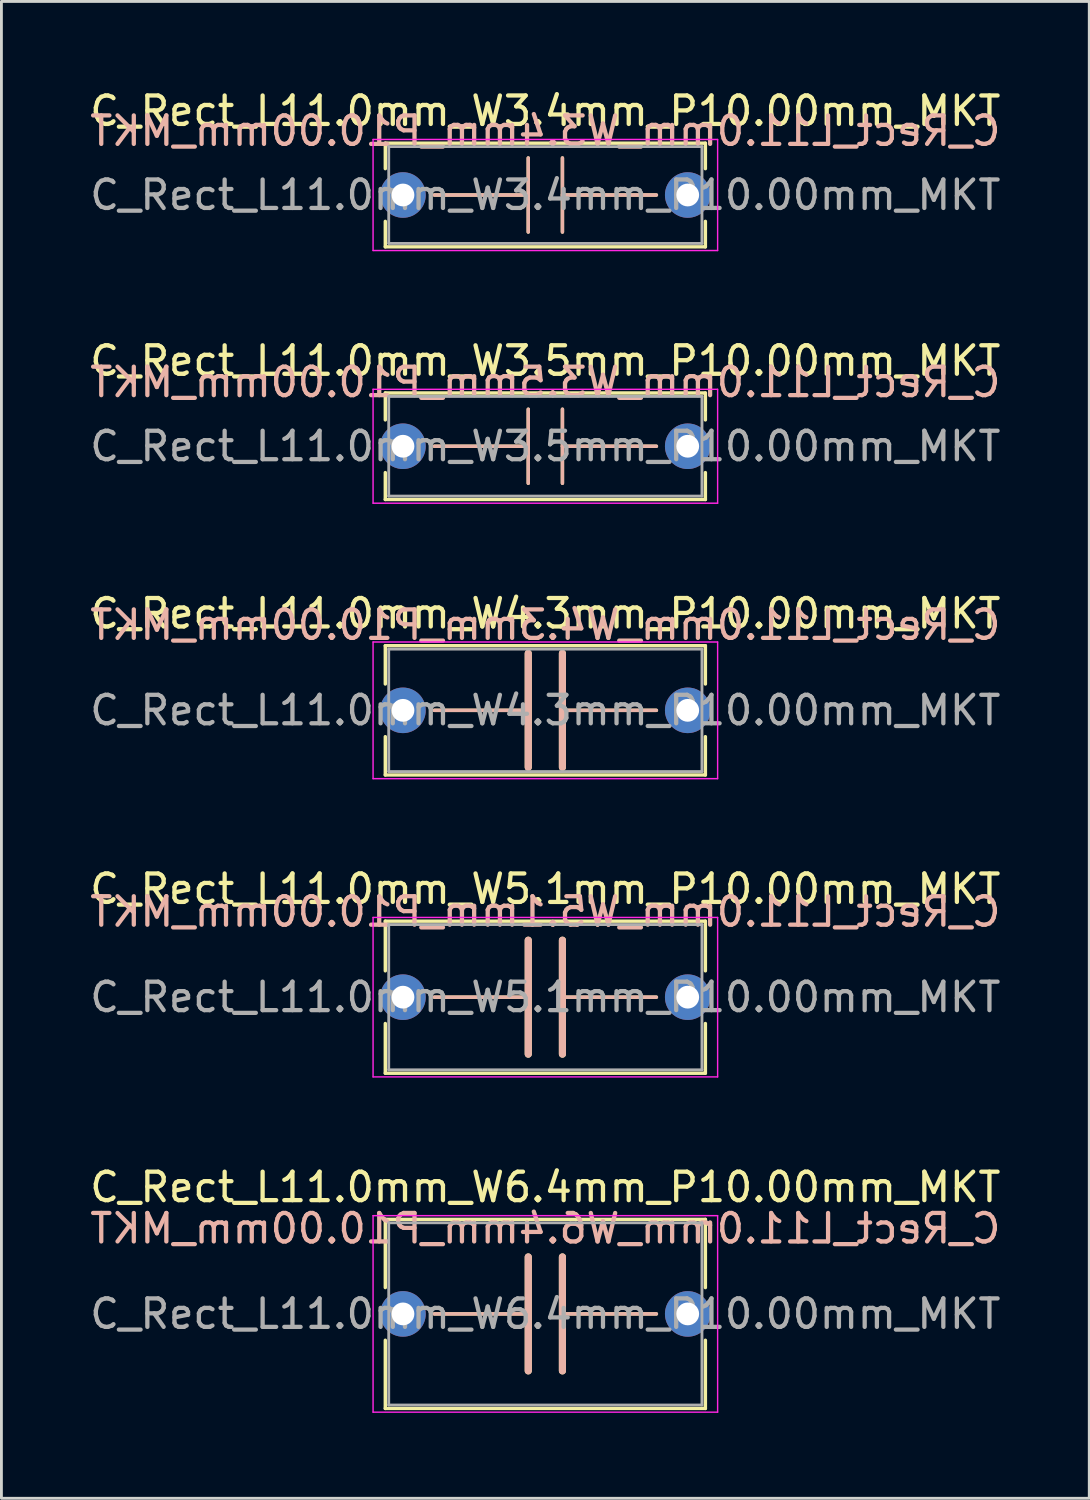
<source format=kicad_pcb>
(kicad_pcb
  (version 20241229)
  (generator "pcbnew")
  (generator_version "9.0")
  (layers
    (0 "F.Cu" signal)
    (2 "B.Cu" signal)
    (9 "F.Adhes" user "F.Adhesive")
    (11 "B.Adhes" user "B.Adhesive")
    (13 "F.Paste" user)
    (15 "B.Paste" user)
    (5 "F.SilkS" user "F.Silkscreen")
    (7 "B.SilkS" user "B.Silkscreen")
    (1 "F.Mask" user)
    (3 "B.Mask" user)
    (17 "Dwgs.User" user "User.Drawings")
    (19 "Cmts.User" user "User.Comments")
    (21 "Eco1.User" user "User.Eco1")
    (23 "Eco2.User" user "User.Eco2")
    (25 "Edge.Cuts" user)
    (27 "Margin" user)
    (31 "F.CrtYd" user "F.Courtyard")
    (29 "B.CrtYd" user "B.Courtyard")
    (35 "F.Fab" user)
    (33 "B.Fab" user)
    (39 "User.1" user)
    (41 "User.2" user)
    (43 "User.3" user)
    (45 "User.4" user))
  (footprint "C_Rect_L11.0mm_W6.4mm_P10.00mm_MKT"
    (layer "F.Cu")
    (at 11.101 43.091)
    (property "Reference" "C_Rect_L11.0mm_W6.4mm_P10.00mm_MKT" (at 5 -4.45 0) (layer "F.SilkS") (effects (font (size 1 1) (thickness 0.15))))
    (fp_line (start -0.62 -3.32) (end -0.62 -0.925) (stroke (width 0.12) (type solid)) (layer "F.SilkS"))
    (fp_line (start -0.62 -3.32) (end 10.62 -3.32) (stroke (width 0.12) (type solid)) (layer "F.SilkS"))
    (fp_line (start -0.62 0.925) (end -0.62 3.32) (stroke (width 0.12) (type solid)) (layer "F.SilkS"))
    (fp_line (start -0.62 3.32) (end 10.62 3.32) (stroke (width 0.12) (type solid)) (layer "F.SilkS"))
    (fp_line (start 1.1 0) (end 4.4 0) (stroke (width 0.12) (type solid)) (layer "F.SilkS"))
    (fp_line (start 4.4 2) (end 4.4 -2) (stroke (width 0.25) (type solid)) (layer "F.SilkS"))
    (fp_line (start 5.6 2) (end 5.6 -2) (stroke (width 0.25) (type solid)) (layer "F.SilkS"))
    (fp_line (start 8.9 0) (end 5.6 0) (stroke (width 0.12) (type solid)) (layer "F.SilkS"))
    (fp_line (start 10.62 -3.32) (end 10.62 -0.925) (stroke (width 0.12) (type solid)) (layer "F.SilkS"))
    (fp_line (start 10.62 0.925) (end 10.62 3.32) (stroke (width 0.12) (type solid)) (layer "F.SilkS"))
    (fp_line (start 1.1 0) (end 4.4 0) (stroke (width 0.12) (type solid)) (layer "B.SilkS"))
    (fp_line (start 4.4 -2) (end 4.4 2) (stroke (width 0.25) (type solid)) (layer "B.SilkS"))
    (fp_line (start 5.6 -2) (end 5.6 2) (stroke (width 0.25) (type solid)) (layer "B.SilkS"))
    (fp_line (start 8.9 0) (end 5.6 0) (stroke (width 0.12) (type solid)) (layer "B.SilkS"))
    (fp_line (start -1.05 -3.45) (end -1.05 3.45) (stroke (width 0.05) (type solid)) (layer "F.CrtYd"))
    (fp_line (start -1.05 3.45) (end 11.05 3.45) (stroke (width 0.05) (type solid)) (layer "F.CrtYd"))
    (fp_line (start 11.05 -3.45) (end -1.05 -3.45) (stroke (width 0.05) (type solid)) (layer "F.CrtYd"))
    (fp_line (start 11.05 3.45) (end 11.05 -3.45) (stroke (width 0.05) (type solid)) (layer "F.CrtYd"))
    (fp_line (start -0.5 -3.2) (end -0.5 3.2) (stroke (width 0.1) (type solid)) (layer "F.Fab"))
    (fp_line (start -0.5 3.2) (end 10.5 3.2) (stroke (width 0.1) (type solid)) (layer "F.Fab"))
    (fp_line (start 10.5 -3.2) (end -0.5 -3.2) (stroke (width 0.1) (type solid)) (layer "F.Fab"))
    (fp_line (start 10.5 3.2) (end 10.5 -3.2) (stroke (width 0.1) (type solid)) (layer "F.Fab"))
    (fp_text user "${REFERENCE}" (at 5 -3 0) (layer "B.SilkS") (effects (font (size 1 1) (thickness 0.15)) (justify mirror)))
    (fp_text user "${REFERENCE}" (at 5 0 0) (layer "F.Fab") (effects (font (size 1 1) (thickness 0.15))))
    (pad "1" thru_hole circle (at 0 0) (size 1.6 1.6) (drill 0.8) (layers "*.Cu" "*.Mask"))
    (pad "2" thru_hole circle (at 10 0) (size 1.6 1.6) (drill 0.8) (layers "*.Cu" "*.Mask")))
  (footprint "C_Rect_L11.0mm_W5.1mm_P10.00mm_MKT"
    (layer "F.Cu")
    (at 11.101 31.968)
    (property "Reference" "C_Rect_L11.0mm_W5.1mm_P10.00mm_MKT" (at 5 -3.8 0) (layer "F.SilkS") (effects (font (size 1 1) (thickness 0.15))))
    (fp_line (start -0.62 -2.67) (end -0.62 -0.925) (stroke (width 0.12) (type solid)) (layer "F.SilkS"))
    (fp_line (start -0.62 -2.67) (end 10.62 -2.67) (stroke (width 0.12) (type solid)) (layer "F.SilkS"))
    (fp_line (start -0.62 0.925) (end -0.62 2.67) (stroke (width 0.12) (type solid)) (layer "F.SilkS"))
    (fp_line (start -0.62 2.67) (end 10.62 2.67) (stroke (width 0.12) (type solid)) (layer "F.SilkS"))
    (fp_line (start 1.1 0) (end 4.4 0) (stroke (width 0.12) (type solid)) (layer "F.SilkS"))
    (fp_line (start 4.4 2) (end 4.4 -2) (stroke (width 0.25) (type solid)) (layer "F.SilkS"))
    (fp_line (start 5.6 2) (end 5.6 -2) (stroke (width 0.25) (type solid)) (layer "F.SilkS"))
    (fp_line (start 8.9 0) (end 5.6 0) (stroke (width 0.12) (type solid)) (layer "F.SilkS"))
    (fp_line (start 10.62 -2.67) (end 10.62 -0.925) (stroke (width 0.12) (type solid)) (layer "F.SilkS"))
    (fp_line (start 10.62 0.925) (end 10.62 2.67) (stroke (width 0.12) (type solid)) (layer "F.SilkS"))
    (fp_line (start 1.1 0) (end 4.4 0) (stroke (width 0.12) (type solid)) (layer "B.SilkS"))
    (fp_line (start 4.4 -2) (end 4.4 2) (stroke (width 0.25) (type solid)) (layer "B.SilkS"))
    (fp_line (start 5.6 -2) (end 5.6 2) (stroke (width 0.25) (type solid)) (layer "B.SilkS"))
    (fp_line (start 8.9 0) (end 5.6 0) (stroke (width 0.12) (type solid)) (layer "B.SilkS"))
    (fp_line (start -1.05 -2.8) (end -1.05 2.8) (stroke (width 0.05) (type solid)) (layer "F.CrtYd"))
    (fp_line (start -1.05 2.8) (end 11.05 2.8) (stroke (width 0.05) (type solid)) (layer "F.CrtYd"))
    (fp_line (start 11.05 -2.8) (end -1.05 -2.8) (stroke (width 0.05) (type solid)) (layer "F.CrtYd"))
    (fp_line (start 11.05 2.8) (end 11.05 -2.8) (stroke (width 0.05) (type solid)) (layer "F.CrtYd"))
    (fp_line (start -0.5 -2.55) (end -0.5 2.55) (stroke (width 0.1) (type solid)) (layer "F.Fab"))
    (fp_line (start -0.5 2.55) (end 10.5 2.55) (stroke (width 0.1) (type solid)) (layer "F.Fab"))
    (fp_line (start 10.5 -2.55) (end -0.5 -2.55) (stroke (width 0.1) (type solid)) (layer "F.Fab"))
    (fp_line (start 10.5 2.55) (end 10.5 -2.55) (stroke (width 0.1) (type solid)) (layer "F.Fab"))
    (fp_text user "${REFERENCE}" (at 5 -3 0) (layer "B.SilkS") (effects (font (size 1 1) (thickness 0.15)) (justify mirror)))
    (fp_text user "${REFERENCE}" (at 5 0 0) (layer "F.Fab") (effects (font (size 1 1) (thickness 0.15))))
    (pad "1" thru_hole circle (at 0 0) (size 1.6 1.6) (drill 0.8) (layers "*.Cu" "*.Mask"))
    (pad "2" thru_hole circle (at 10 0) (size 1.6 1.6) (drill 0.8) (layers "*.Cu" "*.Mask")))
  (footprint "C_Rect_L11.0mm_W4.3mm_P10.00mm_MKT"
    (layer "F.Cu")
    (at 11.101 21.895)
    (property "Reference" "C_Rect_L11.0mm_W4.3mm_P10.00mm_MKT" (at 5 -3.4 0) (layer "F.SilkS") (effects (font (size 1 1) (thickness 0.15))))
    (fp_line (start -0.62 -2.27) (end -0.62 -0.925) (stroke (width 0.12) (type solid)) (layer "F.SilkS"))
    (fp_line (start -0.62 -2.27) (end 10.62 -2.27) (stroke (width 0.12) (type solid)) (layer "F.SilkS"))
    (fp_line (start -0.62 0.925) (end -0.62 2.27) (stroke (width 0.12) (type solid)) (layer "F.SilkS"))
    (fp_line (start -0.62 2.27) (end 10.62 2.27) (stroke (width 0.12) (type solid)) (layer "F.SilkS"))
    (fp_line (start 1.1 0) (end 4.4 0) (stroke (width 0.12) (type solid)) (layer "F.SilkS"))
    (fp_line (start 4.4 2) (end 4.4 -2) (stroke (width 0.25) (type solid)) (layer "F.SilkS"))
    (fp_line (start 5.6 2) (end 5.6 -2) (stroke (width 0.25) (type solid)) (layer "F.SilkS"))
    (fp_line (start 8.9 0) (end 5.6 0) (stroke (width 0.12) (type solid)) (layer "F.SilkS"))
    (fp_line (start 10.62 -2.27) (end 10.62 -0.925) (stroke (width 0.12) (type solid)) (layer "F.SilkS"))
    (fp_line (start 10.62 0.925) (end 10.62 2.27) (stroke (width 0.12) (type solid)) (layer "F.SilkS"))
    (fp_line (start 1.1 0) (end 4.4 0) (stroke (width 0.12) (type solid)) (layer "B.SilkS"))
    (fp_line (start 4.4 -2) (end 4.4 2) (stroke (width 0.25) (type solid)) (layer "B.SilkS"))
    (fp_line (start 5.6 -2) (end 5.6 2) (stroke (width 0.25) (type solid)) (layer "B.SilkS"))
    (fp_line (start 8.9 0) (end 5.6 0) (stroke (width 0.12) (type solid)) (layer "B.SilkS"))
    (fp_line (start -1.05 -2.4) (end -1.05 2.4) (stroke (width 0.05) (type solid)) (layer "F.CrtYd"))
    (fp_line (start -1.05 2.4) (end 11.05 2.4) (stroke (width 0.05) (type solid)) (layer "F.CrtYd"))
    (fp_line (start 11.05 -2.4) (end -1.05 -2.4) (stroke (width 0.05) (type solid)) (layer "F.CrtYd"))
    (fp_line (start 11.05 2.4) (end 11.05 -2.4) (stroke (width 0.05) (type solid)) (layer "F.CrtYd"))
    (fp_line (start -0.5 -2.15) (end -0.5 2.15) (stroke (width 0.1) (type solid)) (layer "F.Fab"))
    (fp_line (start -0.5 2.15) (end 10.5 2.15) (stroke (width 0.1) (type solid)) (layer "F.Fab"))
    (fp_line (start 10.5 -2.15) (end -0.5 -2.15) (stroke (width 0.1) (type solid)) (layer "F.Fab"))
    (fp_line (start 10.5 2.15) (end 10.5 -2.15) (stroke (width 0.1) (type solid)) (layer "F.Fab"))
    (fp_text user "${REFERENCE}" (at 5 -3 0) (layer "B.SilkS") (effects (font (size 1 1) (thickness 0.15)) (justify mirror)))
    (fp_text user "${REFERENCE}" (at 5 0 0) (layer "F.Fab") (effects (font (size 1 1) (thickness 0.15))))
    (pad "1" thru_hole circle (at 0 0) (size 1.6 1.6) (drill 0.8) (layers "*.Cu" "*.Mask"))
    (pad "2" thru_hole circle (at 10 0) (size 1.6 1.6) (drill 0.8) (layers "*.Cu" "*.Mask")))
  (footprint "C_Rect_L11.0mm_W3.5mm_P10.00mm_MKT"
    (layer "F.Cu")
    (at 11.101 12.621)
    (property "Reference" "C_Rect_L11.0mm_W3.5mm_P10.00mm_MKT" (at 5 -3 0) (layer "F.SilkS") (effects (font (size 1 1) (thickness 0.15))))
    (fp_line (start -0.62 -1.87) (end -0.62 -0.925) (stroke (width 0.12) (type solid)) (layer "F.SilkS"))
    (fp_line (start -0.62 -1.87) (end 10.62 -1.87) (stroke (width 0.12) (type solid)) (layer "F.SilkS"))
    (fp_line (start -0.62 0.925) (end -0.62 1.87) (stroke (width 0.12) (type solid)) (layer "F.SilkS"))
    (fp_line (start -0.62 1.87) (end 10.62 1.87) (stroke (width 0.12) (type solid)) (layer "F.SilkS"))
    (fp_line (start 1.1 0) (end 4.4 0) (stroke (width 0.12) (type solid)) (layer "F.SilkS"))
    (fp_line (start 4.4 1.3) (end 4.4 -1.3) (stroke (width 0.12) (type solid)) (layer "F.SilkS"))
    (fp_line (start 5.6 1.3) (end 5.6 -1.3) (stroke (width 0.12) (type solid)) (layer "F.SilkS"))
    (fp_line (start 8.9 0) (end 5.6 0) (stroke (width 0.12) (type solid)) (layer "F.SilkS"))
    (fp_line (start 10.62 -1.87) (end 10.62 -0.925) (stroke (width 0.12) (type solid)) (layer "F.SilkS"))
    (fp_line (start 10.62 0.925) (end 10.62 1.87) (stroke (width 0.12) (type solid)) (layer "F.SilkS"))
    (fp_line (start 1.1 0) (end 4.4 0) (stroke (width 0.12) (type solid)) (layer "B.SilkS"))
    (fp_line (start 4.4 -1.3) (end 4.4 1.3) (stroke (width 0.12) (type solid)) (layer "B.SilkS"))
    (fp_line (start 5.6 -1.3) (end 5.6 1.3) (stroke (width 0.12) (type solid)) (layer "B.SilkS"))
    (fp_line (start 8.9 0) (end 5.6 0) (stroke (width 0.12) (type solid)) (layer "B.SilkS"))
    (fp_line (start -1.05 -2) (end -1.05 2) (stroke (width 0.05) (type solid)) (layer "F.CrtYd"))
    (fp_line (start -1.05 2) (end 11.05 2) (stroke (width 0.05) (type solid)) (layer "F.CrtYd"))
    (fp_line (start 11.05 -2) (end -1.05 -2) (stroke (width 0.05) (type solid)) (layer "F.CrtYd"))
    (fp_line (start 11.05 2) (end 11.05 -2) (stroke (width 0.05) (type solid)) (layer "F.CrtYd"))
    (fp_line (start -0.5 -1.75) (end -0.5 1.75) (stroke (width 0.1) (type solid)) (layer "F.Fab"))
    (fp_line (start -0.5 1.75) (end 10.5 1.75) (stroke (width 0.1) (type solid)) (layer "F.Fab"))
    (fp_line (start 10.5 -1.75) (end -0.5 -1.75) (stroke (width 0.1) (type solid)) (layer "F.Fab"))
    (fp_line (start 10.5 1.75) (end 10.5 -1.75) (stroke (width 0.1) (type solid)) (layer "F.Fab"))
    (fp_text user "${REFERENCE}" (at 5 -2.25 0) (layer "B.SilkS") (effects (font (size 1 1) (thickness 0.15)) (justify mirror)))
    (fp_text user "${REFERENCE}" (at 5 0 0) (layer "F.Fab") (effects (font (size 1 1) (thickness 0.15))))
    (pad "1" thru_hole circle (at 0 0) (size 1.6 1.6) (drill 0.8) (layers "*.Cu" "*.Mask"))
    (pad "2" thru_hole circle (at 10 0) (size 1.6 1.6) (drill 0.8) (layers "*.Cu" "*.Mask")))
  (footprint "C_Rect_L11.0mm_W3.4mm_P10.00mm_MKT"
    (layer "F.Cu")
    (at 11.101 3.798)
    (property "Reference" "C_Rect_L11.0mm_W3.4mm_P10.00mm_MKT" (at 5 -2.95 0) (layer "F.SilkS") (effects (font (size 1 1) (thickness 0.15))))
    (fp_line (start -0.62 -1.82) (end -0.62 -0.925) (stroke (width 0.12) (type solid)) (layer "F.SilkS"))
    (fp_line (start -0.62 -1.82) (end 10.62 -1.82) (stroke (width 0.12) (type solid)) (layer "F.SilkS"))
    (fp_line (start -0.62 0.925) (end -0.62 1.82) (stroke (width 0.12) (type solid)) (layer "F.SilkS"))
    (fp_line (start -0.62 1.82) (end 10.62 1.82) (stroke (width 0.12) (type solid)) (layer "F.SilkS"))
    (fp_line (start 1.1 0) (end 4.4 0) (stroke (width 0.12) (type solid)) (layer "F.SilkS"))
    (fp_line (start 4.4 1.3) (end 4.4 -1.3) (stroke (width 0.12) (type solid)) (layer "F.SilkS"))
    (fp_line (start 5.6 1.3) (end 5.6 -1.3) (stroke (width 0.12) (type solid)) (layer "F.SilkS"))
    (fp_line (start 8.9 0) (end 5.6 0) (stroke (width 0.12) (type solid)) (layer "F.SilkS"))
    (fp_line (start 10.62 -1.82) (end 10.62 -0.925) (stroke (width 0.12) (type solid)) (layer "F.SilkS"))
    (fp_line (start 10.62 0.925) (end 10.62 1.82) (stroke (width 0.12) (type solid)) (layer "F.SilkS"))
    (fp_line (start 1.1 0) (end 4.4 0) (stroke (width 0.12) (type solid)) (layer "B.SilkS"))
    (fp_line (start 4.4 -1.3) (end 4.4 1.3) (stroke (width 0.12) (type solid)) (layer "B.SilkS"))
    (fp_line (start 5.6 -1.3) (end 5.6 1.3) (stroke (width 0.12) (type solid)) (layer "B.SilkS"))
    (fp_line (start 8.9 0) (end 5.6 0) (stroke (width 0.12) (type solid)) (layer "B.SilkS"))
    (fp_line (start -1.05 -1.95) (end -1.05 1.95) (stroke (width 0.05) (type solid)) (layer "F.CrtYd"))
    (fp_line (start -1.05 1.95) (end 11.05 1.95) (stroke (width 0.05) (type solid)) (layer "F.CrtYd"))
    (fp_line (start 11.05 -1.95) (end -1.05 -1.95) (stroke (width 0.05) (type solid)) (layer "F.CrtYd"))
    (fp_line (start 11.05 1.95) (end 11.05 -1.95) (stroke (width 0.05) (type solid)) (layer "F.CrtYd"))
    (fp_line (start -0.5 -1.7) (end -0.5 1.7) (stroke (width 0.1) (type solid)) (layer "F.Fab"))
    (fp_line (start -0.5 1.7) (end 10.5 1.7) (stroke (width 0.1) (type solid)) (layer "F.Fab"))
    (fp_line (start 10.5 -1.7) (end -0.5 -1.7) (stroke (width 0.1) (type solid)) (layer "F.Fab"))
    (fp_line (start 10.5 1.7) (end 10.5 -1.7) (stroke (width 0.1) (type solid)) (layer "F.Fab"))
    (fp_text user "${REFERENCE}" (at 5 -2.25 0) (layer "B.SilkS") (effects (font (size 1 1) (thickness 0.15)) (justify mirror)))
    (fp_text user "${REFERENCE}" (at 5 0 0) (layer "F.Fab") (effects (font (size 1 1) (thickness 0.15))))
    (pad "1" thru_hole circle (at 0 0) (size 1.6 1.6) (drill 0.8) (layers "*.Cu" "*.Mask"))
    (pad "2" thru_hole circle (at 10 0) (size 1.6 1.6) (drill 0.8) (layers "*.Cu" "*.Mask")))
  (gr_rect
    (start -3 -3)
    (end 35.202 49.566)
    (stroke (width 0.1) (type default))
    (fill no)
    (layer "Edge.Cuts")))
</source>
